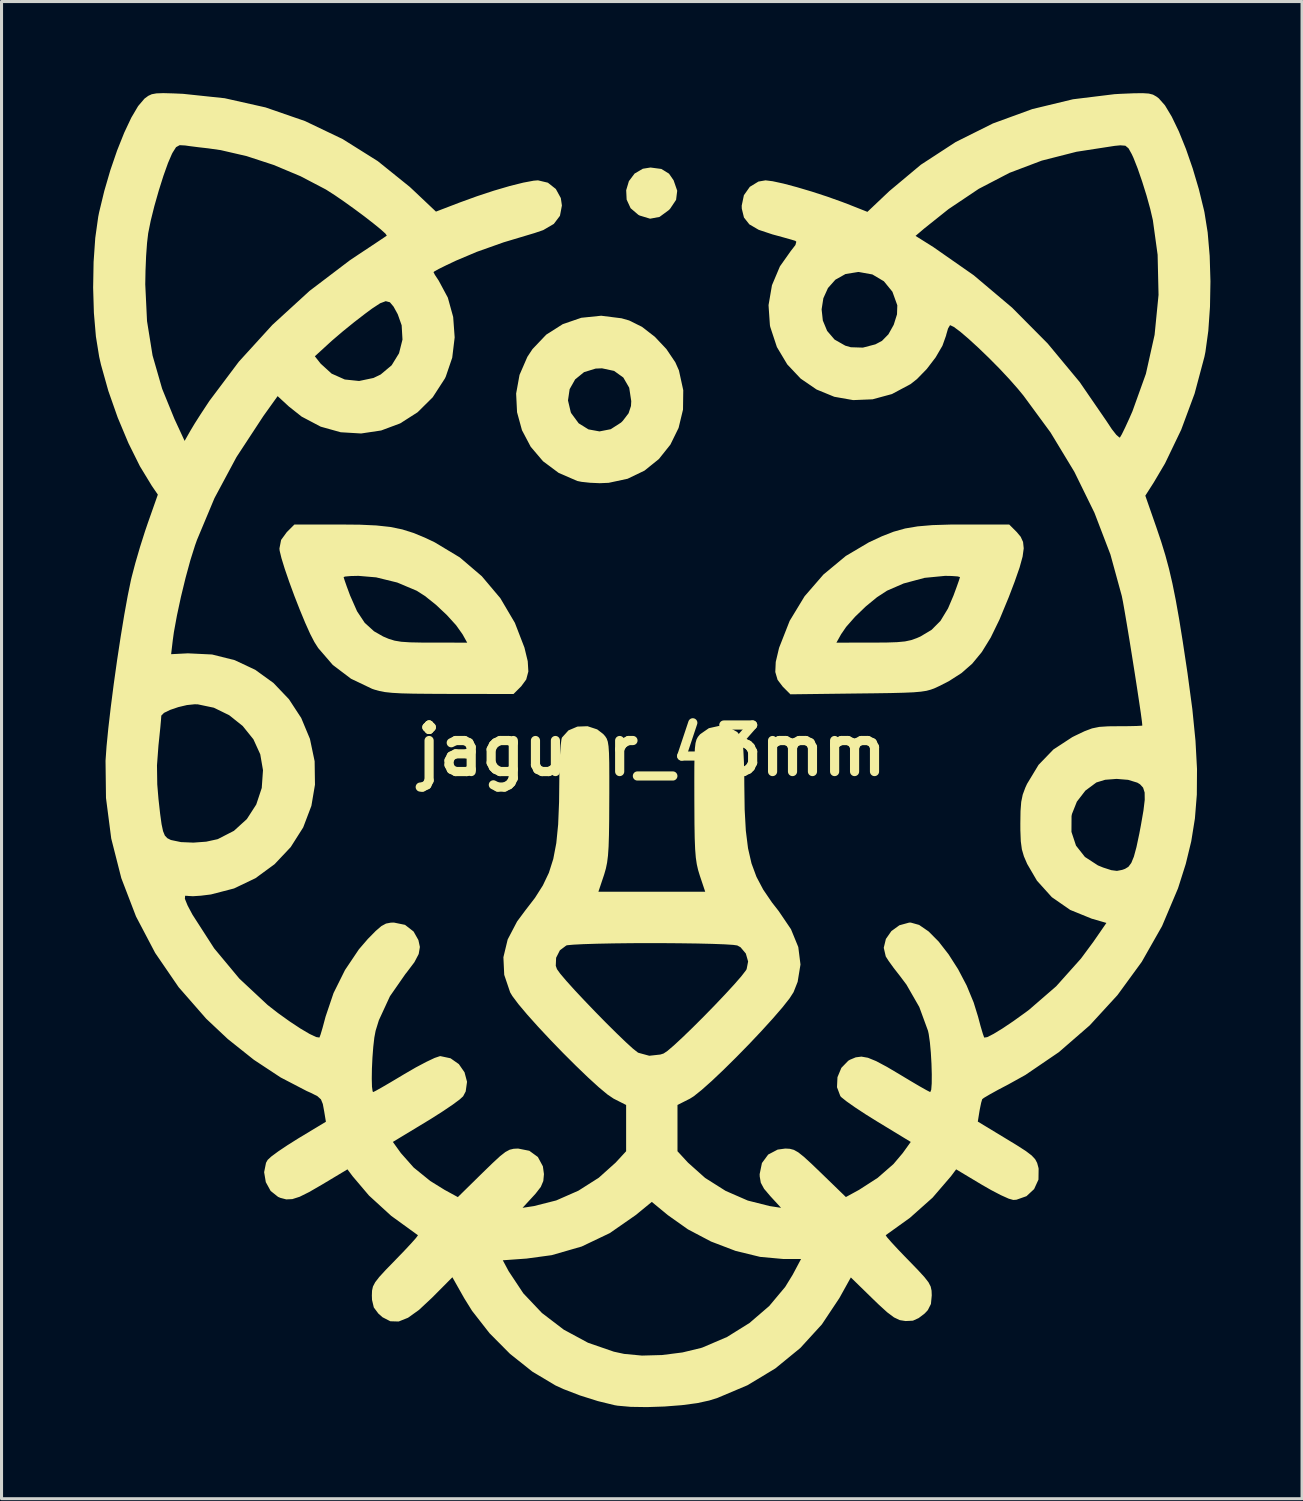
<source format=kicad_pcb>
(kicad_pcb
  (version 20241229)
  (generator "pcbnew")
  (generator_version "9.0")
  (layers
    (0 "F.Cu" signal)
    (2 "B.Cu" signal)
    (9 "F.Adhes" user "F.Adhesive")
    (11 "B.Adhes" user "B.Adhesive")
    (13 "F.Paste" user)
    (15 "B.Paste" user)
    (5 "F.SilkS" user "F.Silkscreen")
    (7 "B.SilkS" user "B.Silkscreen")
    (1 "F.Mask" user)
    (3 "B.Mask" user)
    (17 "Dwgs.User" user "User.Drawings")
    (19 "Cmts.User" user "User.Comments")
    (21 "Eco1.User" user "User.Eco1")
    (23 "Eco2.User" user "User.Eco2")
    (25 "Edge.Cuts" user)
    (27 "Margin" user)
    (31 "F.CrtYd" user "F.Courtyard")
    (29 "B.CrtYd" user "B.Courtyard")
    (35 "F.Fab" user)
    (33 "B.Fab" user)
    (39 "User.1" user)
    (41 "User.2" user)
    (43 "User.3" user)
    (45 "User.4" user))
  (footprint "jaguar_43mm"
    (layer "F.Cu")
    (at 18.296 21.528)
    (property "Reference" "jaguar_43mm" (at 0 0 0) (layer "F.SilkS") (effects (font (size 1.524 1.524) (thickness 0.3))))
    (attr board_only exclude_from_pos_files exclude_from_bom)
    (fp_poly (pts (xy 0.313 -19.045) (xy 0.563 -18.891) (xy 0.714 -18.673) (xy 0.832 -18.332) (xy 0.795 -18.033) (xy 0.6 -17.742) (xy 0.555 -17.696) (xy 0.253 -17.474) (xy -0.056 -17.416) (xy -0.396 -17.519) (xy -0.439 -17.541) (xy -0.694 -17.759) (xy -0.824 -18.041) (xy -0.839 -18.349) (xy -0.75 -18.646) (xy -0.565 -18.893) (xy -0.294 -19.052) (xy -0.043 -19.092)) (stroke (width 0) (type solid)) (fill yes) (layer "F.SilkS"))
    (fp_poly (pts (xy -0.99 -14.154) (xy -0.742 -14.083) (xy -0.321 -13.874) (xy 0.101 -13.547) (xy 0.479 -13.145) (xy 0.77 -12.713) (xy 0.888 -12.448) (xy 1.03 -11.799) (xy 1.022 -11.164) (xy 0.877 -10.564) (xy 0.609 -10.018) (xy 0.232 -9.545) (xy -0.24 -9.165) (xy -0.793 -8.899) (xy -1.413 -8.766) (xy -1.706 -8.754) (xy -2.023 -8.768) (xy -2.3 -8.798) (xy -2.439 -8.826) (xy -3.052 -9.092) (xy -3.563 -9.473) (xy -3.966 -9.947) (xy -4.252 -10.489) (xy -4.413 -11.077) (xy -4.432 -11.464) (xy -2.745 -11.464) (xy -2.654 -11.078) (xy -2.637 -11.043) (xy -2.395 -10.715) (xy -2.075 -10.516) (xy -1.713 -10.45) (xy -1.345 -10.522) (xy -1.009 -10.738) (xy -0.946 -10.801) (xy -0.76 -11.045) (xy -0.682 -11.282) (xy -0.673 -11.441) (xy -0.74 -11.88) (xy -0.933 -12.214) (xy -1.235 -12.431) (xy -1.632 -12.516) (xy -1.841 -12.507) (xy -2.22 -12.39) (xy -2.51 -12.154) (xy -2.691 -11.834) (xy -2.745 -11.464) (xy -4.432 -11.464) (xy -4.443 -11.689) (xy -4.332 -12.301) (xy -4.075 -12.892) (xy -3.907 -13.146) (xy -3.458 -13.618) (xy -2.917 -13.962) (xy -2.309 -14.171) (xy -1.658 -14.238)) (stroke (width 0) (type solid)) (fill yes) (layer "F.SilkS"))
    (fp_poly (pts (xy 11.95 -7.155) (xy 12.08 -7) (xy 12.158 -6.829) (xy 12.18 -6.62) (xy 12.143 -6.349) (xy 12.045 -5.993) (xy 11.882 -5.526) (xy 11.69 -5.022) (xy 11.387 -4.29) (xy 11.099 -3.698) (xy 10.807 -3.224) (xy 10.494 -2.844) (xy 10.14 -2.534) (xy 9.728 -2.27) (xy 9.42 -2.113) (xy 9.276 -2.046) (xy 9.143 -1.995) (xy 8.996 -1.955) (xy 8.814 -1.927) (xy 8.573 -1.906) (xy 8.251 -1.892) (xy 7.823 -1.881) (xy 7.268 -1.873) (xy 6.748 -1.867) (xy 4.539 -1.84) (xy 4.288 -2.091) (xy 4.119 -2.314) (xy 4.044 -2.571) (xy 4.059 -2.9) (xy 4.162 -3.337) (xy 4.171 -3.37) (xy 4.235 -3.532) (xy 6.046 -3.532) (xy 7.207 -3.533) (xy 7.687 -3.536) (xy 8.036 -3.548) (xy 8.292 -3.572) (xy 8.493 -3.615) (xy 8.676 -3.68) (xy 8.799 -3.734) (xy 9.163 -3.952) (xy 9.455 -4.247) (xy 9.7 -4.651) (xy 9.88 -5.074) (xy 9.984 -5.357) (xy 10.06 -5.572) (xy 10.092 -5.676) (xy 10.093 -5.679) (xy 10.016 -5.701) (xy 9.819 -5.715) (xy 9.606 -5.719) (xy 8.934 -5.654) (xy 8.247 -5.47) (xy 7.702 -5.233) (xy 7.374 -5.019) (xy 7.01 -4.72) (xy 6.658 -4.381) (xy 6.364 -4.047) (xy 6.198 -3.805) (xy 6.046 -3.532) (xy 4.235 -3.532) (xy 4.515 -4.246) (xy 5.003 -5.05) (xy 5.621 -5.763) (xy 6.354 -6.371) (xy 7.107 -6.816) (xy 7.534 -7.015) (xy 7.918 -7.165) (xy 8.297 -7.271) (xy 8.707 -7.34) (xy 9.187 -7.381) (xy 9.772 -7.399) (xy 10.243 -7.401) (xy 11.704 -7.401)) (stroke (width 0) (type solid)) (fill yes) (layer "F.SilkS"))
    (fp_poly (pts (xy -9.566 -7.395) (xy -9.02 -7.37) (xy -8.567 -7.321) (xy -8.171 -7.24) (xy -7.794 -7.121) (xy -7.4 -6.956) (xy -7.107 -6.816) (xy -6.288 -6.323) (xy -5.567 -5.707) (xy -4.96 -4.987) (xy -4.484 -4.18) (xy -4.171 -3.37) (xy -4.063 -2.924) (xy -4.043 -2.587) (xy -4.113 -2.325) (xy -4.276 -2.103) (xy -4.283 -2.096) (xy -4.529 -1.85) (xy -6.617 -1.853) (xy -7.28 -1.856) (xy -7.799 -1.861) (xy -8.199 -1.871) (xy -8.503 -1.888) (xy -8.736 -1.913) (xy -8.921 -1.948) (xy -9.084 -1.994) (xy -9.162 -2.021) (xy -9.851 -2.35) (xy -10.447 -2.801) (xy -10.925 -3.355) (xy -11.05 -3.552) (xy -11.187 -3.816) (xy -11.35 -4.179) (xy -11.527 -4.607) (xy -11.707 -5.067) (xy -11.875 -5.524) (xy -11.928 -5.679) (xy -10.093 -5.679) (xy -10.065 -5.586) (xy -9.993 -5.379) (xy -9.89 -5.101) (xy -9.88 -5.074) (xy -9.653 -4.56) (xy -9.401 -4.18) (xy -9.097 -3.904) (xy -8.799 -3.734) (xy -8.608 -3.653) (xy -8.422 -3.597) (xy -8.205 -3.561) (xy -7.919 -3.542) (xy -7.526 -3.534) (xy -7.207 -3.533) (xy -6.046 -3.532) (xy -6.198 -3.805) (xy -6.408 -4.101) (xy -6.715 -4.439) (xy -7.072 -4.774) (xy -7.433 -5.062) (xy -7.702 -5.233) (xy -8.338 -5.501) (xy -9.028 -5.67) (xy -9.606 -5.719) (xy -9.867 -5.713) (xy -10.043 -5.697) (xy -10.093 -5.679) (xy -11.928 -5.679) (xy -12.02 -5.946) (xy -12.128 -6.297) (xy -12.188 -6.544) (xy -12.195 -6.615) (xy -12.14 -6.896) (xy -11.954 -7.151) (xy -11.95 -7.155) (xy -11.704 -7.401) (xy -10.243 -7.401)) (stroke (width 0) (type solid)) (fill yes) (layer "F.SilkS"))
    (fp_poly (pts (xy -15.665 -21.519) (xy -15.349 -21.505) (xy -13.987 -21.361) (xy -12.649 -21.06) (xy -11.355 -20.612) (xy -10.124 -20.023) (xy -8.975 -19.302) (xy -7.926 -18.457) (xy -7.782 -18.322) (xy -7.069 -17.648) (xy -6.289 -17.947) (xy -5.73 -18.15) (xy -5.175 -18.333) (xy -4.657 -18.485) (xy -4.21 -18.597) (xy -3.867 -18.661) (xy -3.727 -18.672) (xy -3.404 -18.595) (xy -3.143 -18.389) (xy -2.98 -18.092) (xy -2.944 -17.849) (xy -3.008 -17.511) (xy -3.209 -17.245) (xy -3.556 -17.042) (xy -3.839 -16.946) (xy -4.853 -16.642) (xy -5.729 -16.331) (xy -6.413 -16.042) (xy -6.728 -15.893) (xy -6.976 -15.77) (xy -7.123 -15.688) (xy -7.149 -15.666) (xy -7.105 -15.579) (xy -6.997 -15.415) (xy -6.979 -15.388) (xy -6.68 -14.831) (xy -6.505 -14.198) (xy -6.456 -13.529) (xy -6.536 -12.864) (xy -6.748 -12.242) (xy -6.778 -12.18) (xy -7.175 -11.567) (xy -7.67 -11.077) (xy -8.239 -10.713) (xy -8.863 -10.48) (xy -9.52 -10.382) (xy -10.187 -10.422) (xy -10.843 -10.605) (xy -11.467 -10.934) (xy -11.884 -11.264) (xy -12.254 -11.605) (xy -12.72 -10.954) (xy -13.6 -9.612) (xy -14.322 -8.265) (xy -14.895 -6.896) (xy -14.957 -6.722) (xy -15.11 -6.237) (xy -15.269 -5.654) (xy -15.421 -5.029) (xy -15.552 -4.418) (xy -15.651 -3.877) (xy -15.687 -3.617) (xy -15.742 -3.154) (xy -15.193 -3.182) (xy -14.401 -3.144) (xy -13.661 -2.959) (xy -12.986 -2.642) (xy -12.389 -2.21) (xy -11.883 -1.679) (xy -11.481 -1.064) (xy -11.196 -0.381) (xy -11.042 0.352) (xy -11.031 1.121) (xy -11.148 1.812) (xy -11.417 2.52) (xy -11.826 3.164) (xy -12.354 3.724) (xy -12.979 4.182) (xy -13.681 4.518) (xy -14.436 4.714) (xy -14.45 4.716) (xy -14.767 4.755) (xy -15.027 4.772) (xy -15.179 4.764) (xy -15.186 4.762) (xy -15.284 4.757) (xy -15.291 4.858) (xy -15.202 5.077) (xy -15.043 5.376) (xy -14.332 6.48) (xy -13.507 7.471) (xy -12.582 8.334) (xy -12.242 8.599) (xy -11.858 8.874) (xy -11.505 9.107) (xy -11.208 9.282) (xy -10.994 9.384) (xy -10.886 9.4) (xy -10.884 9.398) (xy -10.849 9.306) (xy -10.785 9.092) (xy -10.706 8.799) (xy -10.684 8.716) (xy -10.423 7.944) (xy -10.048 7.19) (xy -9.592 6.511) (xy -9.298 6.17) (xy -9.041 5.909) (xy -8.856 5.75) (xy -8.705 5.668) (xy -8.548 5.638) (xy -8.446 5.635) (xy -8.082 5.71) (xy -7.802 5.928) (xy -7.644 6.208) (xy -7.595 6.434) (xy -7.634 6.665) (xy -7.775 6.934) (xy -8.031 7.273) (xy -8.068 7.318) (xy -8.575 8.047) (xy -8.939 8.835) (xy -9.045 9.179) (xy -9.087 9.401) (xy -9.122 9.708) (xy -9.149 10.061) (xy -9.166 10.421) (xy -9.171 10.751) (xy -9.164 11.011) (xy -9.143 11.162) (xy -9.125 11.186) (xy -9.041 11.145) (xy -8.841 11.033) (xy -8.553 10.865) (xy -8.204 10.657) (xy -8.104 10.597) (xy -7.728 10.379) (xy -7.386 10.198) (xy -7.114 10.069) (xy -6.943 10.011) (xy -6.923 10.009) (xy -6.591 10.08) (xy -6.32 10.27) (xy -6.133 10.539) (xy -6.051 10.85) (xy -6.095 11.166) (xy -6.179 11.325) (xy -6.293 11.429) (xy -6.522 11.599) (xy -6.839 11.813) (xy -7.214 12.052) (xy -7.391 12.16) (xy -8.48 12.819) (xy -8.218 13.184) (xy -7.798 13.658) (xy -7.254 14.099) (xy -6.786 14.389) (xy -6.352 14.626) (xy -5.543 13.831) (xy -5.212 13.51) (xy -4.973 13.289) (xy -4.796 13.15) (xy -4.655 13.074) (xy -4.523 13.043) (xy -4.379 13.036) (xy -4.011 13.109) (xy -3.732 13.312) (xy -3.567 13.618) (xy -3.532 13.873) (xy -3.553 14.098) (xy -3.635 14.292) (xy -3.808 14.515) (xy -3.883 14.597) (xy -4.233 14.977) (xy -3.861 14.92) (xy -3.13 14.735) (xy -2.404 14.416) (xy -1.736 13.991) (xy -1.186 13.498) (xy -0.841 13.124) (xy -0.841 11.609) (xy -1.25 11.402) (xy -1.45 11.267) (xy -1.738 11.027) (xy -2.091 10.705) (xy -2.489 10.322) (xy -2.909 9.903) (xy -3.328 9.47) (xy -3.726 9.044) (xy -4.08 8.649) (xy -4.368 8.307) (xy -4.568 8.04) (xy -4.639 7.921) (xy -4.833 7.347) (xy -4.847 7.052) (xy -3.145 7.052) (xy -3.105 7.162) (xy -3 7.308) (xy -2.8 7.544) (xy -2.528 7.846) (xy -2.204 8.191) (xy -1.853 8.557) (xy -1.497 8.92) (xy -1.157 9.257) (xy -0.857 9.546) (xy -0.619 9.763) (xy -0.465 9.885) (xy -0.439 9.9) (xy -0.082 9.997) (xy 0.28 9.957) (xy 0.387 9.923) (xy 0.512 9.839) (xy 0.728 9.654) (xy 1.013 9.389) (xy 1.345 9.068) (xy 1.702 8.712) (xy 2.061 8.344) (xy 2.4 7.987) (xy 2.697 7.664) (xy 2.931 7.396) (xy 3.077 7.207) (xy 3.105 7.162) (xy 3.154 6.91) (xy 3.079 6.649) (xy 2.905 6.443) (xy 2.799 6.385) (xy 2.666 6.366) (xy 2.388 6.348) (xy 1.986 6.333) (xy 1.484 6.321) (xy 0.902 6.313) (xy 0.265 6.308) (xy 0 6.308) (xy -0.653 6.31) (xy -1.26 6.317) (xy -1.796 6.328) (xy -2.241 6.342) (xy -2.571 6.359) (xy -2.765 6.377) (xy -2.799 6.385) (xy -3.01 6.543) (xy -3.134 6.788) (xy -3.145 7.052) (xy -4.847 7.052) (xy -4.86 6.77) (xy -4.72 6.188) (xy -4.412 5.6) (xy -4.151 5.248) (xy -3.826 4.826) (xy -3.569 4.421) (xy -3.371 4.006) (xy -3.227 3.552) (xy -3.128 3.034) (xy -3.067 2.423) (xy -3.037 1.692) (xy -3.03 1.067) (xy -3.024 0.587) (xy -3.008 0.165) (xy -2.985 -0.166) (xy -2.957 -0.376) (xy -2.941 -0.425) (xy -2.73 -0.658) (xy -2.436 -0.783) (xy -2.105 -0.795) (xy -1.788 -0.691) (xy -1.59 -0.538) (xy -1.526 -0.466) (xy -1.477 -0.39) (xy -1.441 -0.287) (xy -1.417 -0.136) (xy -1.402 0.087) (xy -1.394 0.403) (xy -1.392 0.835) (xy -1.392 1.405) (xy -1.393 1.626) (xy -1.396 2.266) (xy -1.403 2.764) (xy -1.415 3.146) (xy -1.435 3.44) (xy -1.464 3.671) (xy -1.504 3.866) (xy -1.557 4.051) (xy -1.573 4.1) (xy -1.749 4.626) (xy 1.749 4.626) (xy 1.573 4.1) (xy 1.516 3.913) (xy 1.473 3.724) (xy 1.441 3.505) (xy 1.419 3.23) (xy 1.405 2.873) (xy 1.397 2.407) (xy 1.394 1.807) (xy 1.393 1.626) (xy 1.392 1.005) (xy 1.393 0.53) (xy 1.399 0.179) (xy 1.411 -0.072) (xy 1.432 -0.244) (xy 1.464 -0.36) (xy 1.508 -0.443) (xy 1.567 -0.514) (xy 1.59 -0.538) (xy 1.868 -0.73) (xy 2.194 -0.803) (xy 2.519 -0.761) (xy 2.796 -0.607) (xy 2.941 -0.425) (xy 2.972 -0.285) (xy 2.998 -0.007) (xy 3.017 0.379) (xy 3.028 0.844) (xy 3.029 1.109) (xy 3.041 1.936) (xy 3.079 2.624) (xy 3.151 3.202) (xy 3.265 3.698) (xy 3.428 4.139) (xy 3.648 4.555) (xy 3.933 4.974) (xy 4.154 5.257) (xy 4.558 5.853) (xy 4.797 6.436) (xy 4.869 7.009) (xy 4.776 7.576) (xy 4.642 7.915) (xy 4.51 8.12) (xy 4.276 8.416) (xy 3.962 8.779) (xy 3.591 9.187) (xy 3.184 9.618) (xy 2.762 10.049) (xy 2.348 10.458) (xy 1.964 10.822) (xy 1.631 11.118) (xy 1.372 11.325) (xy 1.25 11.402) (xy 0.841 11.609) (xy 0.841 13.124) (xy 1.186 13.498) (xy 1.747 13.999) (xy 2.417 14.422) (xy 3.143 14.739) (xy 3.861 14.92) (xy 4.233 14.977) (xy 3.883 14.597) (xy 3.677 14.354) (xy 3.57 14.157) (xy 3.534 13.948) (xy 3.532 13.873) (xy 3.607 13.51) (xy 3.811 13.233) (xy 4.121 13.07) (xy 4.372 13.036) (xy 4.52 13.044) (xy 4.653 13.079) (xy 4.797 13.16) (xy 4.981 13.307) (xy 5.232 13.537) (xy 5.537 13.83) (xy 6.356 14.624) (xy 6.788 14.388) (xy 7.396 13.996) (xy 7.914 13.544) (xy 8.218 13.184) (xy 8.48 12.819) (xy 7.388 12.155) (xy 6.996 11.911) (xy 6.65 11.683) (xy 6.379 11.492) (xy 6.21 11.357) (xy 6.175 11.32) (xy 6.065 11.028) (xy 6.08 10.7) (xy 6.208 10.393) (xy 6.433 10.161) (xy 6.488 10.128) (xy 6.678 10.049) (xy 6.865 10.025) (xy 7.079 10.063) (xy 7.348 10.173) (xy 7.702 10.362) (xy 8.099 10.597) (xy 8.458 10.813) (xy 8.765 10.994) (xy 8.992 11.122) (xy 9.11 11.183) (xy 9.119 11.186) (xy 9.151 11.109) (xy 9.167 10.903) (xy 9.169 10.606) (xy 9.159 10.257) (xy 9.138 9.894) (xy 9.107 9.556) (xy 9.068 9.282) (xy 9.045 9.179) (xy 8.76 8.401) (xy 8.339 7.667) (xy 8.124 7.381) (xy 7.922 7.122) (xy 7.753 6.888) (xy 7.662 6.745) (xy 7.596 6.461) (xy 7.666 6.172) (xy 7.846 5.914) (xy 8.108 5.724) (xy 8.425 5.637) (xy 8.479 5.635) (xy 8.754 5.712) (xy 9.064 5.925) (xy 9.391 6.254) (xy 9.718 6.674) (xy 10.03 7.162) (xy 10.31 7.695) (xy 10.54 8.251) (xy 10.684 8.716) (xy 10.766 9.024) (xy 10.837 9.264) (xy 10.882 9.392) (xy 10.888 9.402) (xy 10.985 9.387) (xy 11.191 9.282) (xy 11.485 9.103) (xy 11.842 8.863) (xy 12.241 8.576) (xy 12.356 8.49) (xy 13.243 7.722) (xy 14.054 6.815) (xy 14.458 6.269) (xy 14.888 5.647) (xy 14.405 5.507) (xy 13.702 5.221) (xy 13.101 4.804) (xy 12.613 4.263) (xy 12.293 3.715) (xy 12.186 3.466) (xy 12.119 3.237) (xy 12.084 2.974) (xy 12.072 2.665) (xy 13.743 2.665) (xy 13.892 3.115) (xy 14.184 3.486) (xy 14.61 3.763) (xy 14.781 3.833) (xy 15.048 3.919) (xy 15.232 3.943) (xy 15.403 3.91) (xy 15.496 3.877) (xy 15.608 3.809) (xy 15.702 3.684) (xy 15.787 3.477) (xy 15.872 3.164) (xy 15.966 2.72) (xy 16.017 2.451) (xy 16.101 1.967) (xy 16.143 1.618) (xy 16.14 1.377) (xy 16.089 1.216) (xy 15.989 1.107) (xy 15.9 1.053) (xy 15.599 0.961) (xy 15.222 0.93) (xy 14.847 0.959) (xy 14.559 1.047) (xy 14.2 1.313) (xy 13.92 1.676) (xy 13.759 2.081) (xy 13.746 2.15) (xy 13.743 2.665) (xy 12.072 2.665) (xy 12.07 2.624) (xy 12.069 2.397) (xy 12.075 1.983) (xy 12.098 1.683) (xy 12.147 1.446) (xy 12.232 1.217) (xy 12.289 1.093) (xy 12.665 0.471) (xy 13.153 -0.034) (xy 13.769 -0.437) (xy 13.854 -0.48) (xy 14.171 -0.631) (xy 14.417 -0.724) (xy 14.656 -0.773) (xy 14.949 -0.792) (xy 15.278 -0.795) (xy 15.618 -0.797) (xy 15.885 -0.803) (xy 16.04 -0.812) (xy 16.064 -0.818) (xy 16.051 -0.95) (xy 16.015 -1.22) (xy 15.959 -1.598) (xy 15.89 -2.055) (xy 15.811 -2.564) (xy 15.727 -3.094) (xy 15.643 -3.617) (xy 15.562 -4.105) (xy 15.49 -4.529) (xy 15.432 -4.859) (xy 15.392 -5.06) (xy 15.019 -6.42) (xy 14.496 -7.785) (xy 13.838 -9.127) (xy 13.058 -10.415) (xy 12.172 -11.621) (xy 11.991 -11.841) (xy 11.705 -12.166) (xy 11.379 -12.514) (xy 11.034 -12.862) (xy 10.691 -13.192) (xy 10.372 -13.484) (xy 10.099 -13.717) (xy 9.892 -13.871) (xy 9.775 -13.927) (xy 9.763 -13.924) (xy 9.701 -13.818) (xy 9.643 -13.619) (xy 9.637 -13.589) (xy 9.518 -13.256) (xy 9.296 -12.875) (xy 9.006 -12.495) (xy 8.683 -12.163) (xy 8.473 -11.998) (xy 7.864 -11.673) (xy 7.23 -11.501) (xy 6.594 -11.475) (xy 5.976 -11.584) (xy 5.396 -11.822) (xy 4.876 -12.178) (xy 4.436 -12.644) (xy 4.097 -13.211) (xy 3.879 -13.872) (xy 3.868 -13.928) (xy 3.832 -14.447) (xy 5.561 -14.447) (xy 5.601 -14.081) (xy 5.742 -13.741) (xy 5.986 -13.457) (xy 6.336 -13.258) (xy 6.518 -13.206) (xy 6.913 -13.194) (xy 7.322 -13.301) (xy 7.537 -13.414) (xy 7.749 -13.63) (xy 7.923 -13.942) (xy 8.03 -14.283) (xy 8.04 -14.58) (xy 7.88 -15.024) (xy 7.6 -15.367) (xy 7.224 -15.59) (xy 6.774 -15.671) (xy 6.761 -15.671) (xy 6.343 -15.604) (xy 6.012 -15.418) (xy 5.769 -15.145) (xy 5.618 -14.811) (xy 5.561 -14.447) (xy 3.832 -14.447) (xy 3.823 -14.585) (xy 3.935 -15.237) (xy 4.196 -15.855) (xy 4.55 -16.356) (xy 4.703 -16.553) (xy 4.733 -16.662) (xy 4.697 -16.692) (xy 4.565 -16.732) (xy 4.319 -16.801) (xy 4.131 -16.853) (xy 8.637 -16.853) (xy 9.218 -16.488) (xy 10.542 -15.564) (xy 11.799 -14.503) (xy 12.963 -13.33) (xy 14.011 -12.068) (xy 14.89 -10.789) (xy 15.066 -10.523) (xy 15.215 -10.334) (xy 15.313 -10.25) (xy 15.332 -10.252) (xy 15.392 -10.354) (xy 15.5 -10.574) (xy 15.639 -10.877) (xy 15.741 -11.11) (xy 16.181 -12.336) (xy 16.466 -13.613) (xy 16.595 -14.92) (xy 16.565 -16.235) (xy 16.409 -17.368) (xy 16.324 -17.734) (xy 16.202 -18.174) (xy 16.058 -18.635) (xy 15.91 -19.064) (xy 15.774 -19.409) (xy 15.717 -19.532) (xy 15.612 -19.72) (xy 15.509 -19.806) (xy 15.345 -19.819) (xy 15.159 -19.801) (xy 13.909 -19.608) (xy 12.771 -19.318) (xy 11.715 -18.918) (xy 10.708 -18.394) (xy 9.719 -17.731) (xy 8.923 -17.096) (xy 8.637 -16.853) (xy 4.131 -16.853) (xy 4.009 -16.886) (xy 3.953 -16.901) (xy 3.5 -17.052) (xy 3.195 -17.23) (xy 3.018 -17.454) (xy 2.947 -17.744) (xy 2.944 -17.842) (xy 3.016 -18.185) (xy 3.21 -18.46) (xy 3.492 -18.632) (xy 3.725 -18.672) (xy 3.957 -18.643) (xy 4.311 -18.566) (xy 4.75 -18.449) (xy 5.239 -18.304) (xy 5.742 -18.14) (xy 6.224 -17.968) (xy 6.411 -17.897) (xy 7.061 -17.64) (xy 7.778 -18.319) (xy 8.812 -19.184) (xy 9.949 -19.925) (xy 11.171 -20.535) (xy 12.459 -21.005) (xy 13.793 -21.327) (xy 15.155 -21.494) (xy 15.349 -21.505) (xy 15.779 -21.523) (xy 16.076 -21.527) (xy 16.276 -21.514) (xy 16.413 -21.479) (xy 16.523 -21.417) (xy 16.603 -21.357) (xy 16.806 -21.127) (xy 17.028 -20.757) (xy 17.261 -20.273) (xy 17.493 -19.699) (xy 17.714 -19.061) (xy 17.915 -18.383) (xy 18.084 -17.693) (xy 18.098 -17.629) (xy 18.204 -16.967) (xy 18.27 -16.196) (xy 18.295 -15.366) (xy 18.28 -14.531) (xy 18.225 -13.743) (xy 18.13 -13.052) (xy 18.098 -12.894) (xy 17.775 -11.685) (xy 17.337 -10.504) (xy 16.807 -9.401) (xy 16.438 -8.777) (xy 16.162 -8.345) (xy 16.525 -7.304) (xy 16.681 -6.841) (xy 16.817 -6.398) (xy 16.938 -5.949) (xy 17.05 -5.468) (xy 17.158 -4.93) (xy 17.269 -4.307) (xy 17.387 -3.574) (xy 17.518 -2.705) (xy 17.545 -2.523) (xy 17.702 -1.354) (xy 17.805 -0.319) (xy 17.855 0.606) (xy 17.849 1.447) (xy 17.786 2.228) (xy 17.666 2.975) (xy 17.487 3.713) (xy 17.248 4.467) (xy 17.232 4.516) (xy 16.71 5.751) (xy 16.045 6.922) (xy 15.25 8.011) (xy 14.341 9.002) (xy 13.331 9.879) (xy 12.235 10.626) (xy 11.674 10.937) (xy 11.339 11.113) (xy 11.064 11.265) (xy 10.88 11.374) (xy 10.821 11.419) (xy 10.786 11.535) (xy 10.742 11.748) (xy 10.73 11.817) (xy 10.676 12.153) (xy 11.557 12.686) (xy 11.964 12.934) (xy 12.25 13.118) (xy 12.438 13.261) (xy 12.553 13.383) (xy 12.619 13.506) (xy 12.659 13.652) (xy 12.668 13.696) (xy 12.663 14.052) (xy 12.52 14.364) (xy 12.27 14.596) (xy 11.941 14.712) (xy 11.837 14.719) (xy 11.688 14.677) (xy 11.434 14.563) (xy 11.112 14.395) (xy 10.803 14.218) (xy 9.967 13.717) (xy 9.798 13.943) (xy 9.195 14.644) (xy 8.454 15.304) (xy 7.66 15.874) (xy 7.702 15.939) (xy 7.842 16.1) (xy 8.059 16.335) (xy 8.333 16.62) (xy 8.396 16.684) (xy 8.711 17.009) (xy 8.926 17.243) (xy 9.061 17.416) (xy 9.133 17.556) (xy 9.162 17.691) (xy 9.168 17.845) (xy 9.141 18.126) (xy 9.04 18.327) (xy 8.936 18.438) (xy 8.739 18.588) (xy 8.558 18.67) (xy 8.537 18.674) (xy 8.312 18.685) (xy 8.121 18.655) (xy 7.931 18.565) (xy 7.708 18.398) (xy 7.42 18.135) (xy 7.243 17.964) (xy 6.518 17.257) (xy 6.142 17.934) (xy 5.569 18.795) (xy 4.863 19.568) (xy 4.045 20.237) (xy 3.134 20.787) (xy 2.15 21.203) (xy 1.882 21.287) (xy 1.487 21.373) (xy 0.98 21.44) (xy 0.414 21.484) (xy -0.16 21.503) (xy -0.689 21.495) (xy -1.12 21.457) (xy -1.22 21.44) (xy -1.765 21.307) (xy -2.351 21.122) (xy -2.897 20.912) (xy -3.154 20.794) (xy -3.91 20.343) (xy -4.643 19.76) (xy -5.314 19.084) (xy -5.886 18.351) (xy -6.146 17.933) (xy -6.531 17.251) (xy -7.198 17.922) (xy -7.624 18.32) (xy -7.983 18.577) (xy -8.29 18.7) (xy -8.563 18.692) (xy -8.82 18.56) (xy -8.955 18.44) (xy -9.104 18.24) (xy -9.163 17.991) (xy -9.168 17.85) (xy -9.162 17.689) (xy -9.132 17.554) (xy -9.059 17.414) (xy -8.925 17.241) (xy -8.709 17.006) (xy -8.406 16.695) (xy -4.88 16.695) (xy -4.688 17.053) (xy -4.208 17.777) (xy -3.597 18.422) (xy -2.882 18.968) (xy -2.089 19.396) (xy -1.244 19.688) (xy -0.906 19.761) (xy -0.323 19.816) (xy 0.337 19.798) (xy 1.005 19.713) (xy 1.611 19.567) (xy 1.665 19.549) (xy 2.464 19.207) (xy 3.2 18.748) (xy 3.844 18.194) (xy 4.368 17.568) (xy 4.612 17.171) (xy 4.888 16.653) (xy 4.308 16.653) (xy 3.548 16.584) (xy 2.744 16.388) (xy 1.94 16.081) (xy 1.181 15.681) (xy 0.526 15.217) (xy 0 14.783) (xy -0.526 15.214) (xy -1.376 15.805) (xy -2.296 16.244) (xy -3.277 16.527) (xy -4.101 16.639) (xy -4.88 16.695) (xy -8.406 16.695) (xy -8.396 16.684) (xy -8.113 16.391) (xy -7.882 16.144) (xy -7.724 15.966) (xy -7.66 15.879) (xy -7.66 15.874) (xy -8.537 15.238) (xy -9.263 14.574) (xy -9.798 13.943) (xy -9.967 13.717) (xy -10.803 14.218) (xy -11.221 14.46) (xy -11.533 14.615) (xy -11.773 14.692) (xy -11.972 14.701) (xy -12.163 14.651) (xy -12.24 14.618) (xy -12.483 14.424) (xy -12.641 14.136) (xy -12.696 13.81) (xy -12.634 13.502) (xy -12.58 13.407) (xy -12.464 13.299) (xy -12.234 13.129) (xy -11.925 12.922) (xy -11.57 12.699) (xy -11.567 12.697) (xy -10.673 12.158) (xy -10.729 11.819) (xy -10.774 11.577) (xy -10.835 11.426) (xy -10.952 11.32) (xy -11.166 11.212) (xy -11.299 11.153) (xy -12.156 10.707) (xy -13.031 10.13) (xy -13.887 9.448) (xy -14.592 8.785) (xy -15.496 7.751) (xy -16.264 6.63) (xy -16.892 5.435) (xy -17.373 4.181) (xy -17.703 2.883) (xy -17.875 1.554) (xy -17.888 0.488) (xy -16.205 0.488) (xy -16.196 1.111) (xy -16.156 1.588) (xy -16.102 2.071) (xy -16.055 2.413) (xy -16.006 2.642) (xy -15.947 2.786) (xy -15.868 2.871) (xy -15.762 2.925) (xy -15.74 2.933) (xy -15.419 3) (xy -15.012 3.017) (xy -14.592 2.986) (xy -14.231 2.907) (xy -14.209 2.9) (xy -13.685 2.631) (xy -13.262 2.246) (xy -12.954 1.769) (xy -12.774 1.227) (xy -12.733 0.645) (xy -12.823 0.124) (xy -13.047 -0.367) (xy -13.398 -0.803) (xy -13.841 -1.156) (xy -14.342 -1.401) (xy -14.866 -1.511) (xy -14.971 -1.514) (xy -15.223 -1.488) (xy -15.506 -1.421) (xy -15.773 -1.33) (xy -15.975 -1.232) (xy -16.063 -1.143) (xy -16.064 -1.135) (xy -16.073 -1.005) (xy -16.096 -0.749) (xy -16.131 -0.41) (xy -16.157 -0.161) (xy -16.205 0.488) (xy -17.888 0.488) (xy -17.89 0.336) (xy -17.857 -0.135) (xy -17.798 -0.735) (xy -17.717 -1.43) (xy -17.62 -2.183) (xy -17.511 -2.958) (xy -17.395 -3.721) (xy -17.278 -4.435) (xy -17.164 -5.065) (xy -17.059 -5.575) (xy -17.035 -5.677) (xy -16.916 -6.13) (xy -16.762 -6.659) (xy -16.596 -7.182) (xy -16.505 -7.449) (xy -16.177 -8.38) (xy -16.375 -8.669) (xy -16.763 -9.307) (xy -17.141 -10.067) (xy -17.492 -10.905) (xy -17.798 -11.776) (xy -18.039 -12.635) (xy -18.098 -12.894) (xy -18.205 -13.557) (xy -18.271 -14.329) (xy -18.296 -15.16) (xy -18.294 -15.265) (xy -16.589 -15.265) (xy -16.531 -14.062) (xy -16.35 -12.937) (xy -16.036 -11.846) (xy -15.632 -10.855) (xy -15.3 -10.139) (xy -15.11 -10.473) (xy -14.975 -10.699) (xy -14.779 -11.007) (xy -14.558 -11.343) (xy -14.485 -11.453) (xy -13.525 -12.732) (xy -13.363 -12.91) (xy -11.035 -12.91) (xy -10.845 -12.669) (xy -10.486 -12.342) (xy -10.055 -12.15) (xy -9.586 -12.101) (xy -9.115 -12.2) (xy -8.88 -12.313) (xy -8.52 -12.615) (xy -8.278 -13.009) (xy -8.165 -13.458) (xy -8.192 -13.925) (xy -8.32 -14.286) (xy -8.457 -14.536) (xy -8.577 -14.679) (xy -8.713 -14.715) (xy -8.897 -14.646) (xy -9.162 -14.472) (xy -9.386 -14.306) (xy -9.749 -14.026) (xy -10.13 -13.717) (xy -10.461 -13.434) (xy -10.543 -13.36) (xy -11.035 -12.91) (xy -13.363 -12.91) (xy -12.426 -13.938) (xy -11.209 -15.051) (xy -9.894 -16.05) (xy -9.588 -16.255) (xy -9.251 -16.478) (xy -8.97 -16.665) (xy -8.77 -16.799) (xy -8.681 -16.86) (xy -8.679 -16.862) (xy -8.723 -16.927) (xy -8.878 -17.067) (xy -9.118 -17.262) (xy -9.415 -17.493) (xy -9.744 -17.737) (xy -10.077 -17.976) (xy -10.387 -18.189) (xy -10.648 -18.356) (xy -10.681 -18.376) (xy -11.502 -18.806) (xy -12.382 -19.175) (xy -13.271 -19.466) (xy -14.12 -19.662) (xy -14.529 -19.72) (xy -14.852 -19.757) (xy -15.15 -19.795) (xy -15.283 -19.814) (xy -15.463 -19.824) (xy -15.58 -19.759) (xy -15.692 -19.582) (xy -15.716 -19.537) (xy -15.845 -19.237) (xy -15.994 -18.82) (xy -16.147 -18.335) (xy -16.291 -17.829) (xy -16.41 -17.351) (xy -16.491 -16.949) (xy -16.492 -16.947) (xy -16.53 -16.626) (xy -16.561 -16.194) (xy -16.581 -15.711) (xy -16.589 -15.265) (xy -18.294 -15.265) (xy -18.281 -15.997) (xy -18.226 -16.788) (xy -18.129 -17.48) (xy -18.099 -17.629) (xy -17.931 -18.323) (xy -17.732 -19.005) (xy -17.511 -19.649) (xy -17.279 -20.23) (xy -17.047 -20.723) (xy -16.823 -21.103) (xy -16.618 -21.344) (xy -16.603 -21.357) (xy -16.491 -21.439) (xy -16.376 -21.492) (xy -16.223 -21.52) (xy -15.998 -21.528)) (stroke (width 0) (type solid)) (fill yes) (layer "F.SilkS")))
  (gr_rect
    (start -3 -3)
    (end 39.591 46.031)
    (stroke (width 0.1) (type default))
    (fill no)
    (layer "Edge.Cuts")))
</source>
